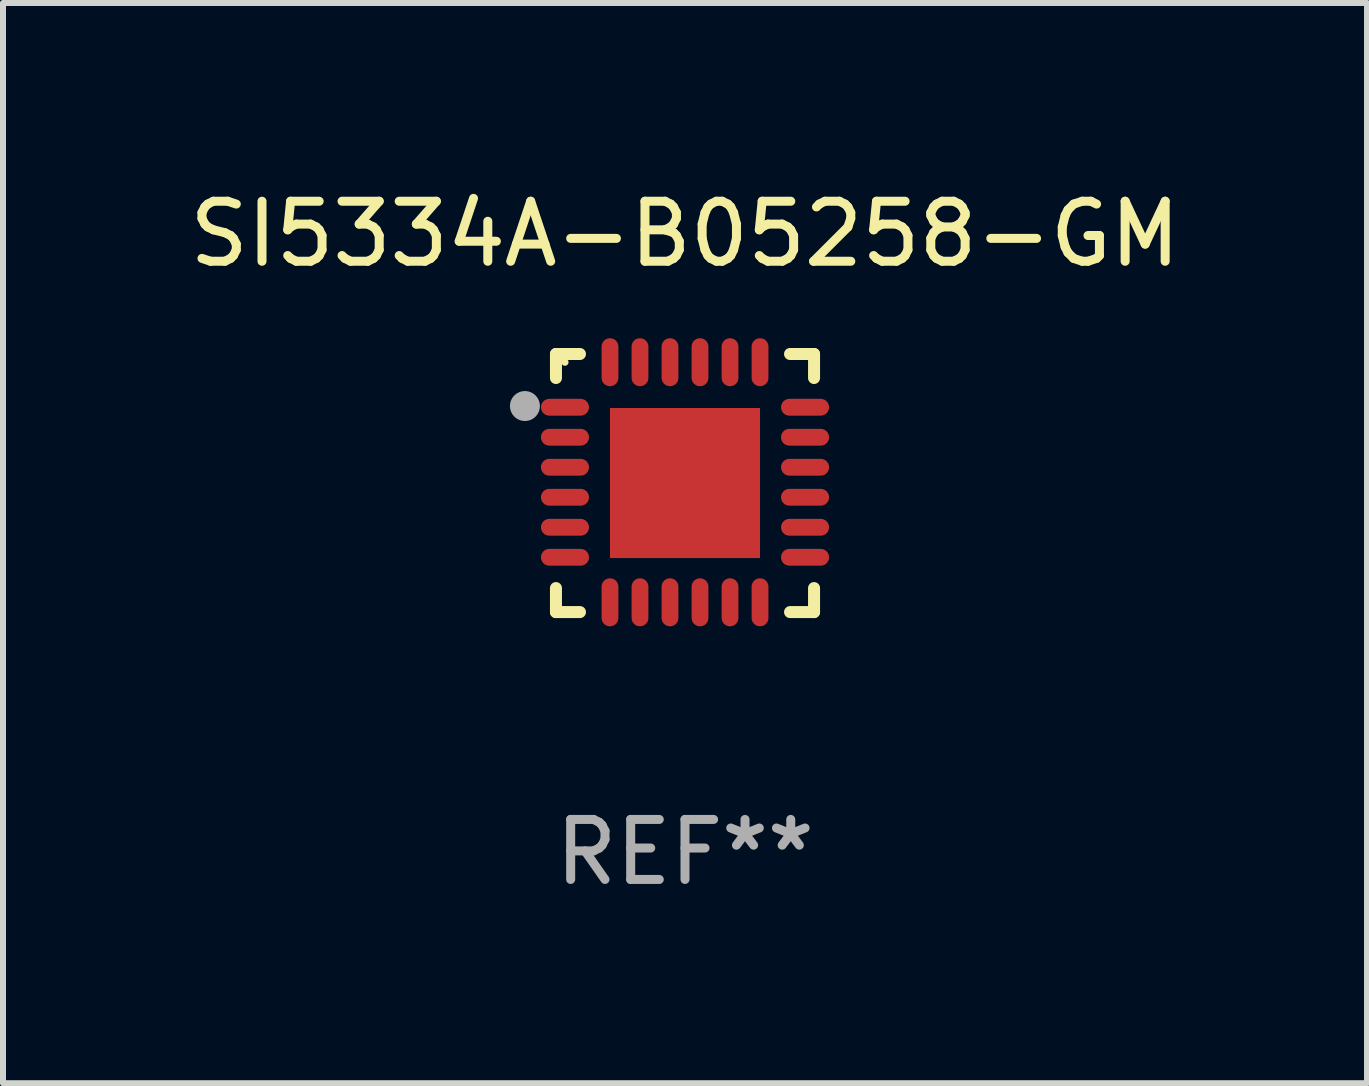
<source format=kicad_pcb>
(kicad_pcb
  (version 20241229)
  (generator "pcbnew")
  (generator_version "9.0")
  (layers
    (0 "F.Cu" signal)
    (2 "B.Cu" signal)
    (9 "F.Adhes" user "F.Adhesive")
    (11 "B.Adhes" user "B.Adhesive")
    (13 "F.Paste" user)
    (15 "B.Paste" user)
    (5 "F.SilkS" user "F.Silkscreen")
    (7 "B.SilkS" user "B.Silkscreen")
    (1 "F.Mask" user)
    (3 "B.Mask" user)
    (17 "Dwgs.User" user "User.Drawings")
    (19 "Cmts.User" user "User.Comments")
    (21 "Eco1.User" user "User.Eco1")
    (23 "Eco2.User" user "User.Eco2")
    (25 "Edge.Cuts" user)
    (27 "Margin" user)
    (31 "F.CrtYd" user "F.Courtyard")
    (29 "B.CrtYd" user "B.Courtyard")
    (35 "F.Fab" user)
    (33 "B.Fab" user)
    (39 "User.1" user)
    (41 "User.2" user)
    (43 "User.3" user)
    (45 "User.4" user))
  (footprint "SI5334A-B05258-GM"
    (layer "F.Cu")
    (at 8.363 4.998)
    (property "Reference" "SI5334A-B05258-GM" (at 0 -4.15 0) (layer "F.SilkS") (effects (font (size 1 1) (thickness 0.15))))
    (attr through_hole)
    (fp_line (start -2.15 -2.15) (end -1.75 -2.15) (stroke (width 0.2) (type solid)) (layer "F.SilkS"))
    (fp_line (start -2.15 -1.75) (end -2.15 -2.15) (stroke (width 0.2) (type solid)) (layer "F.SilkS"))
    (fp_line (start -2.15 2.15) (end -2.15 1.75) (stroke (width 0.2) (type solid)) (layer "F.SilkS"))
    (fp_line (start -1.75 2.15) (end -2.15 2.15) (stroke (width 0.2) (type solid)) (layer "F.SilkS"))
    (fp_line (start 1.75 -2.15) (end 2.15 -2.15) (stroke (width 0.2) (type solid)) (layer "F.SilkS"))
    (fp_line (start 1.75 2.15) (end 2.15 2.15) (stroke (width 0.2) (type solid)) (layer "F.SilkS"))
    (fp_line (start 2.15 -2.15) (end 2.15 -1.75) (stroke (width 0.2) (type solid)) (layer "F.SilkS"))
    (fp_line (start 2.15 2.15) (end 2.15 1.75) (stroke (width 0.2) (type solid)) (layer "F.SilkS"))
    (fp_circle (center -2 -2.013) (end -1.97 -2.013) (stroke (width 0.06) (type solid)) (fill no) (layer "F.SilkS"))
    (fp_circle (center -2.667 -1.283) (end -2.542 -1.283) (stroke (width 0.25) (type solid)) (fill no) (layer "F.Fab"))
    (fp_text user "REF**" (at 0 6.15 0) (layer "F.Fab") (effects (font (size 1 1) (thickness 0.15))))
    (pad "1" smd oval (at -2 -1.263) (size 0.8 0.28) (layers "F.Cu" "F.Mask" "F.Paste"))
    (pad "2" smd oval (at -2 -0.763) (size 0.8 0.28) (layers "F.Cu" "F.Mask" "F.Paste"))
    (pad "3" smd oval (at -2 -0.263) (size 0.8 0.28) (layers "F.Cu" "F.Mask" "F.Paste"))
    (pad "4" smd oval (at -2 0.237) (size 0.8 0.28) (layers "F.Cu" "F.Mask" "F.Paste"))
    (pad "5" smd oval (at -2 0.737) (size 0.8 0.28) (layers "F.Cu" "F.Mask" "F.Paste"))
    (pad "6" smd oval (at -2 1.237) (size 0.8 0.28) (layers "F.Cu" "F.Mask" "F.Paste"))
    (pad "7" smd oval (at -1.25 1.987) (size 0.28 0.8) (layers "F.Cu" "F.Mask" "F.Paste"))
    (pad "8" smd oval (at -0.75 1.987) (size 0.28 0.8) (layers "F.Cu" "F.Mask" "F.Paste"))
    (pad "9" smd oval (at -0.25 1.987) (size 0.28 0.8) (layers "F.Cu" "F.Mask" "F.Paste"))
    (pad "10" smd oval (at 0.25 1.987) (size 0.28 0.8) (layers "F.Cu" "F.Mask" "F.Paste"))
    (pad "11" smd oval (at 0.75 1.987) (size 0.28 0.8) (layers "F.Cu" "F.Mask" "F.Paste"))
    (pad "12" smd oval (at 1.25 1.987) (size 0.28 0.8) (layers "F.Cu" "F.Mask" "F.Paste"))
    (pad "13" smd oval (at 2 1.237) (size 0.8 0.28) (layers "F.Cu" "F.Mask" "F.Paste"))
    (pad "14" smd oval (at 2 0.737) (size 0.8 0.28) (layers "F.Cu" "F.Mask" "F.Paste"))
    (pad "15" smd oval (at 2 0.237) (size 0.8 0.28) (layers "F.Cu" "F.Mask" "F.Paste"))
    (pad "16" smd oval (at 2 -0.263) (size 0.8 0.28) (layers "F.Cu" "F.Mask" "F.Paste"))
    (pad "17" smd oval (at 2 -0.763) (size 0.8 0.28) (layers "F.Cu" "F.Mask" "F.Paste"))
    (pad "18" smd oval (at 2 -1.263) (size 0.8 0.28) (layers "F.Cu" "F.Mask" "F.Paste"))
    (pad "19" smd oval (at 1.25 -2.013) (size 0.28 0.8) (layers "F.Cu" "F.Mask" "F.Paste"))
    (pad "20" smd oval (at 0.75 -2.013) (size 0.28 0.8) (layers "F.Cu" "F.Mask" "F.Paste"))
    (pad "21" smd oval (at 0.25 -2.013) (size 0.28 0.8) (layers "F.Cu" "F.Mask" "F.Paste"))
    (pad "22" smd oval (at -0.25 -2.013) (size 0.28 0.8) (layers "F.Cu" "F.Mask" "F.Paste"))
    (pad "23" smd oval (at -0.75 -2.013) (size 0.28 0.8) (layers "F.Cu" "F.Mask" "F.Paste"))
    (pad "24" smd oval (at -1.25 -2.013) (size 0.28 0.8) (layers "F.Cu" "F.Mask" "F.Paste"))
    (pad "25" smd rect (at -0.000127 -0.00014) (size 2.5 2.5) (layers "F.Cu" "F.Mask" "F.Paste")))
  (gr_rect
    (start -3 -3)
    (end 19.726 14.997)
    (stroke (width 0.1) (type default))
    (fill no)
    (layer "Edge.Cuts")))
</source>
